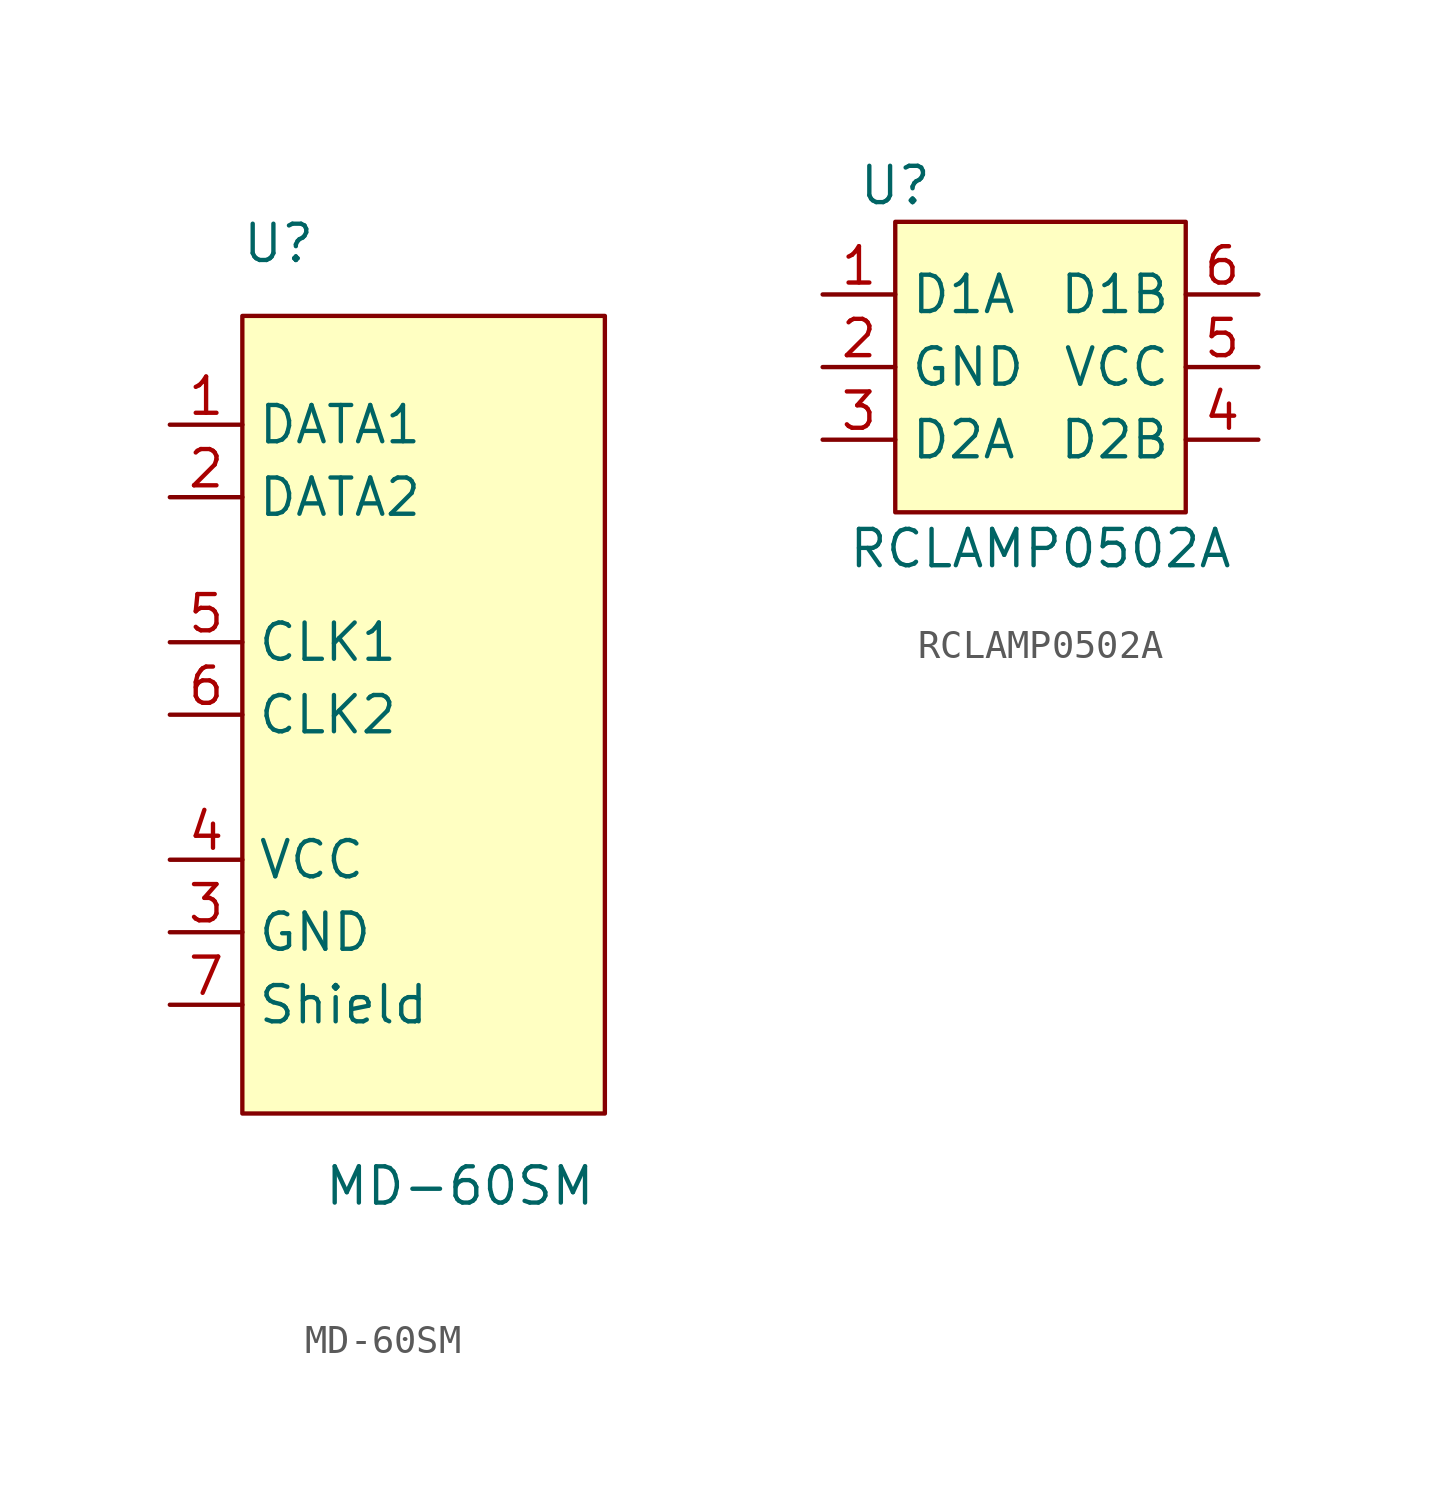
<source format=kicad_sym>
(kicad_symbol_lib
  (version 20211014)
  (generator kicad_symbol_editor)
  (symbol "MD-60SM"
    (property "Reference" "U"
      (at -5.08 16.51 0)
      (effects (font (size 1.27 1.27))))
    (property "Value" "MD-60SM"
      (at 1.27 -16.51 0)
      (effects (font (size 1.27 1.27))))
    (symbol "MD-60SM_0_1"
      (rectangle (start -6.35 13.97) (end 6.35 -13.97) (stroke (width 0.152) (type default) (color 0 0 0 0)) (fill (type background))))
    (symbol "MD-60SM_1_1"
      (pin bidirectional line (at -8.89 10.16 0) (length 2.54) (name "DATA1" (effects (font (size 1.27 1.27)))) (number "1" (effects (font (size 1.27 1.27)))))
      (pin bidirectional line (at -8.89 7.62 0) (length 2.54) (name "DATA2" (effects (font (size 1.27 1.27)))) (number "2" (effects (font (size 1.27 1.27)))))
      (pin power_in line (at -8.89 -7.62 0) (length 2.54) (name "GND" (effects (font (size 1.27 1.27)))) (number "3" (effects (font (size 1.27 1.27)))))
      (pin power_in line (at -8.89 -5.08 0) (length 2.54) (name "VCC" (effects (font (size 1.27 1.27)))) (number "4" (effects (font (size 1.27 1.27)))))
      (pin input line (at -8.89 2.54 0) (length 2.54) (name "CLK1" (effects (font (size 1.27 1.27)))) (number "5" (effects (font (size 1.27 1.27)))))
      (pin input line (at -8.89 0 0) (length 2.54) (name "CLK2" (effects (font (size 1.27 1.27)))) (number "6" (effects (font (size 1.27 1.27)))))
      (pin passive line (at -8.89 -10.16 0) (length 2.54) (name "Shield" (effects (font (size 1.27 1.27)))) (number "7" (effects (font (size 1.27 1.27)))))))
  (symbol "RCLAMP0502A"
    (property "Reference" "U"
      (at -5.08 6.35 0)
      (effects (font (size 1.27 1.27))))
    (property "Value" "RCLAMP0502A"
      (at 0 -6.35 0)
      (effects (font (size 1.27 1.27))))
    (symbol "RCLAMP0502A_0_1"
      (rectangle (start -5.08 5.08) (end 5.08 -5.08) (stroke (width 0.152) (type default) (color 0 0 0 0)) (fill (type background))))
    (symbol "RCLAMP0502A_1_1"
      (pin passive line (at -7.62 2.54 0) (length 2.54) (name "D1A" (effects (font (size 1.27 1.27)))) (number "1" (effects (font (size 1.27 1.27)))))
      (pin power_in line (at -7.62 0 0) (length 2.54) (name "GND" (effects (font (size 1.27 1.27)))) (number "2" (effects (font (size 1.27 1.27)))))
      (pin passive line (at -7.62 -2.54 0) (length 2.54) (name "D2A" (effects (font (size 1.27 1.27)))) (number "3" (effects (font (size 1.27 1.27)))))
      (pin passive line (at 7.62 -2.54 180) (length 2.54) (name "D2B" (effects (font (size 1.27 1.27)))) (number "4" (effects (font (size 1.27 1.27)))))
      (pin power_in line (at 7.62 0 180) (length 2.54) (name "VCC" (effects (font (size 1.27 1.27)))) (number "5" (effects (font (size 1.27 1.27)))))
      (pin passive line (at 7.62 2.54 180) (length 2.54) (name "D1B" (effects (font (size 1.27 1.27)))) (number "6" (effects (font (size 1.27 1.27))))))))
</source>
